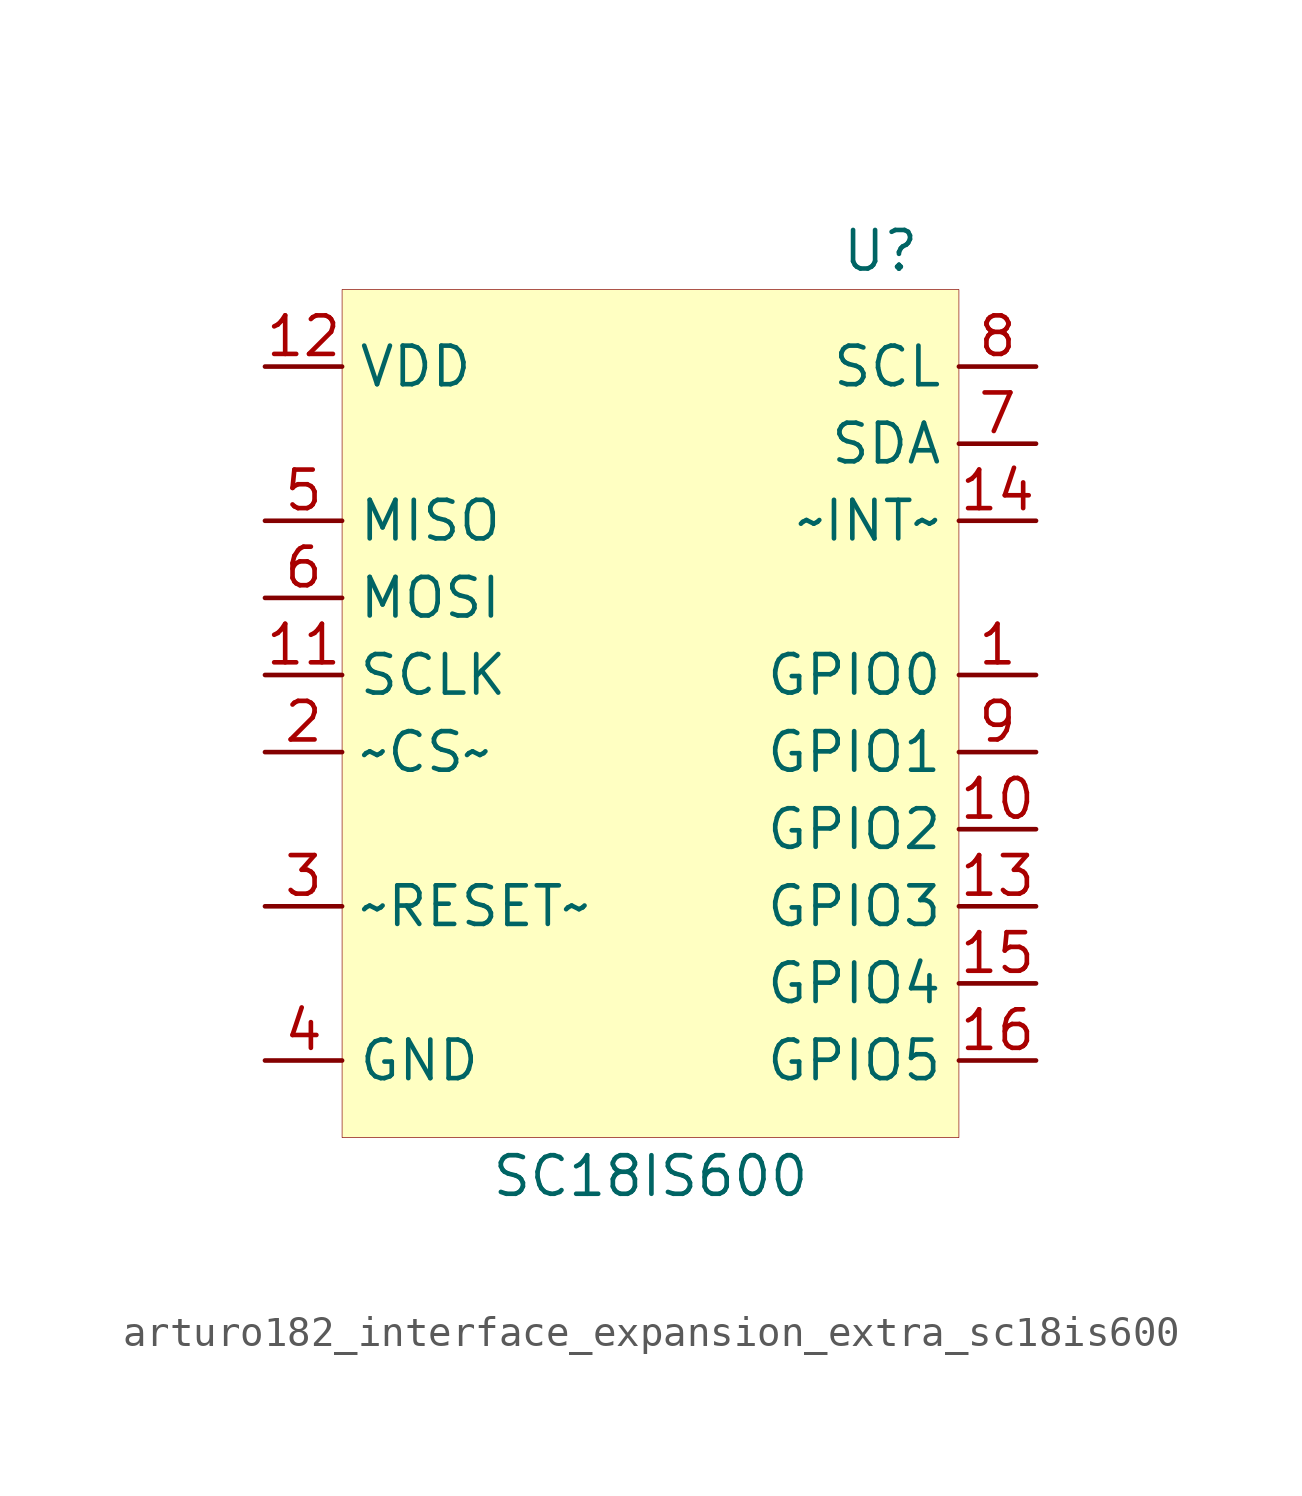
<source format=kicad_sym>
(kicad_symbol_lib
  (version 20220914)
  (generator kicad_symbol_editor)
  (symbol "Interface_Expansion_Extra:arturo182_interface_expansion_extra_sc18is600"
    (property "Reference" "U"
      (at 8.89 16.51 0)
      (effects (font (size 1.27 1.27)) (justify right)))
    (property "Value" "SC18IS600"
      (at 0 -13.97 0)
      (effects (font (size 1.27 1.27))))
    (symbol "arturo182_interface_expansion_extra_sc18is600_0_1"
      (rectangle (start -10.16 15.24) (end 10.16 -12.7) (stroke (width 0.001)) (fill (type background))))
    (symbol "arturo182_interface_expansion_extra_sc18is600_0_0"
      (pin bidirectional line (at 12.7 2.54 180) (length 2.54) (name "GPIO0" (effects (font (size 1.27 1.27)))) (number "1" (effects (font (size 1.27 1.27)))))
      (pin input line (at -12.7 0 0) (length 2.54) (name "~CS~" (effects (font (size 1.27 1.27)))) (number "2" (effects (font (size 1.27 1.27)))))
      (pin input line (at -12.7 -5.08 0) (length 2.54) (name "~RESET~" (effects (font (size 1.27 1.27)))) (number "3" (effects (font (size 1.27 1.27)))))
      (pin power_in line (at -12.7 -10.16 0) (length 2.54) (name "GND" (effects (font (size 1.27 1.27)))) (number "4" (effects (font (size 1.27 1.27)))))
      (pin output line (at -12.7 7.62 0) (length 2.54) (name "MISO" (effects (font (size 1.27 1.27)))) (number "5" (effects (font (size 1.27 1.27)))))
      (pin input line (at -12.7 5.08 0) (length 2.54) (name "MOSI" (effects (font (size 1.27 1.27)))) (number "6" (effects (font (size 1.27 1.27)))))
      (pin bidirectional line (at 12.7 10.16 180) (length 2.54) (name "SDA" (effects (font (size 1.27 1.27)))) (number "7" (effects (font (size 1.27 1.27)))))
      (pin output line (at 12.7 12.7 180) (length 2.54) (name "SCL" (effects (font (size 1.27 1.27)))) (number "8" (effects (font (size 1.27 1.27)))))
      (pin bidirectional line (at 12.7 0 180) (length 2.54) (name "GPIO1" (effects (font (size 1.27 1.27)))) (number "9" (effects (font (size 1.27 1.27)))))
      (pin bidirectional line (at 12.7 -2.54 180) (length 2.54) (name "GPIO2" (effects (font (size 1.27 1.27)))) (number "10" (effects (font (size 1.27 1.27)))))
      (pin input line (at -12.7 2.54 0) (length 2.54) (name "SCLK" (effects (font (size 1.27 1.27)))) (number "11" (effects (font (size 1.27 1.27)))))
      (pin power_in line (at -12.7 12.7 0) (length 2.54) (name "VDD" (effects (font (size 1.27 1.27)))) (number "12" (effects (font (size 1.27 1.27)))))
      (pin bidirectional line (at 12.7 -5.08 180) (length 2.54) (name "GPIO3" (effects (font (size 1.27 1.27)))) (number "13" (effects (font (size 1.27 1.27)))))
      (pin open_collector line (at 12.7 7.62 180) (length 2.54) (name "~INT~" (effects (font (size 1.27 1.27)))) (number "14" (effects (font (size 1.27 1.27)))))
      (pin bidirectional line (at 12.7 -7.62 180) (length 2.54) (name "GPIO4" (effects (font (size 1.27 1.27)))) (number "15" (effects (font (size 1.27 1.27)))))
      (pin bidirectional line (at 12.7 -10.16 180) (length 2.54) (name "GPIO5" (effects (font (size 1.27 1.27)))) (number "16" (effects (font (size 1.27 1.27))))))))
</source>
